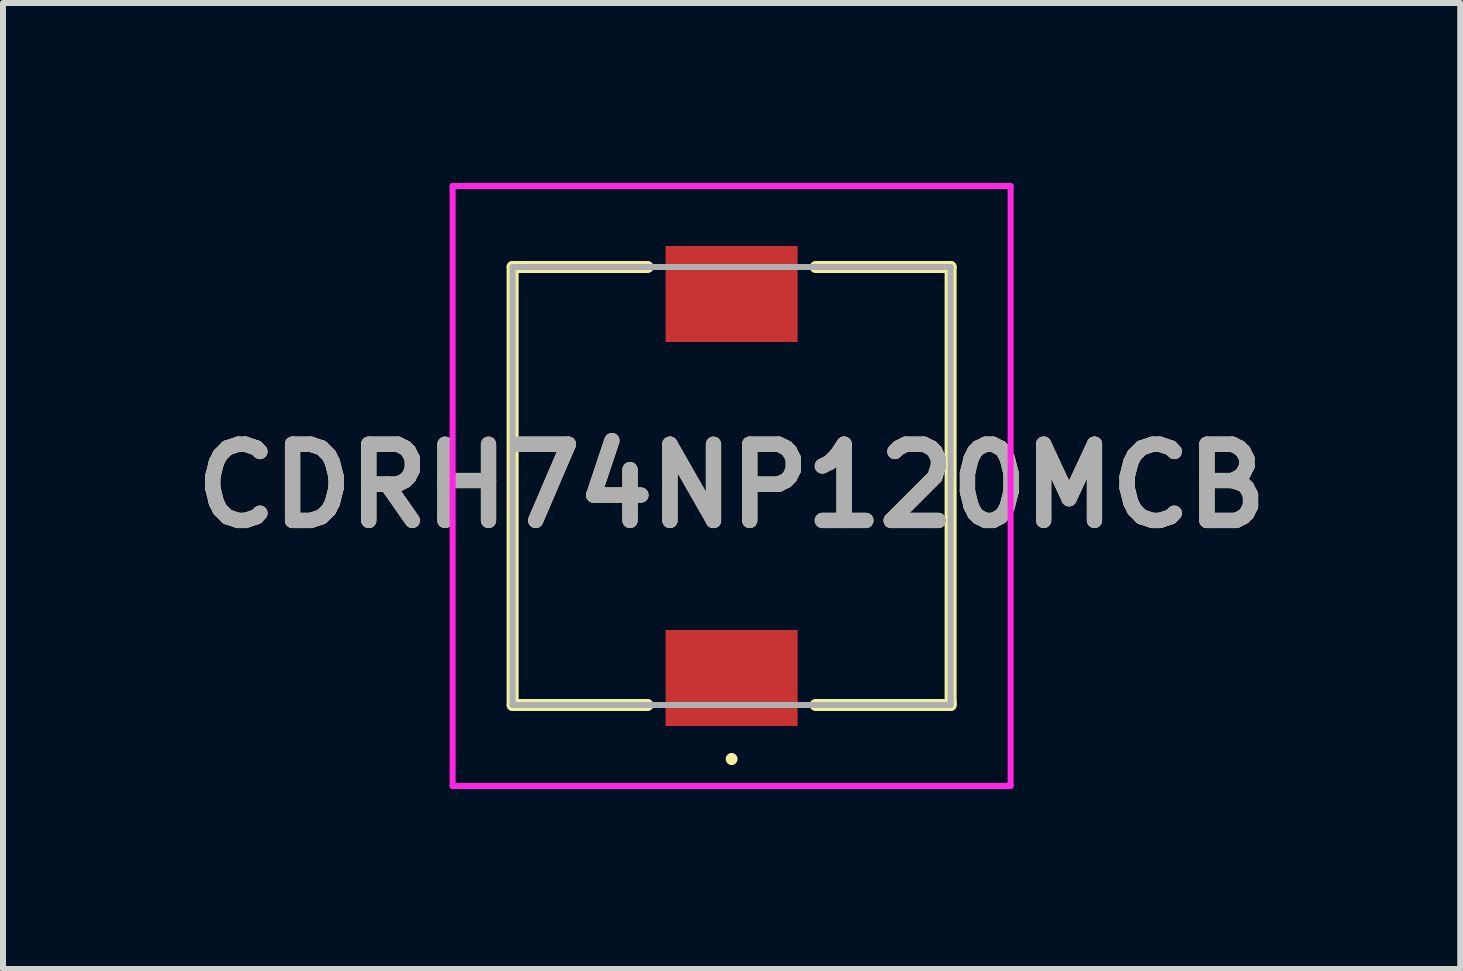
<source format=kicad_pcb>
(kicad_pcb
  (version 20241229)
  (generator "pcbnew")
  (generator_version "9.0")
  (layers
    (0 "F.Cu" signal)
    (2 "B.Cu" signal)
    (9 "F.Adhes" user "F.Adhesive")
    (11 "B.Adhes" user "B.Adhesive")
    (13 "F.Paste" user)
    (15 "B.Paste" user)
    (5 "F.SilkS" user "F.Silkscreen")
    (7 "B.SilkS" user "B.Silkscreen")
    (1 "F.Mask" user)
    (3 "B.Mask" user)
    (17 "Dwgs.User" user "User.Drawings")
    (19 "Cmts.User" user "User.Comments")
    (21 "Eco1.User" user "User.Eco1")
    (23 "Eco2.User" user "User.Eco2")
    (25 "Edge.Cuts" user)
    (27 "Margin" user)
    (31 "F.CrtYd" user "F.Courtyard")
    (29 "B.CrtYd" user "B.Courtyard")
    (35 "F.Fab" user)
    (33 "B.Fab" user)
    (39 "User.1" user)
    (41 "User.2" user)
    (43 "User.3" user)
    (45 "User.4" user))
  (footprint "CDRH74NP120MCB"
    (layer "F.Cu")
    (at 9.144 5.05)
    (property "Reference" "CDRH74NP120MCB" (at 0 0 0) (layer "F.SilkS") (effects (font (size 1.27 1.27) (thickness 0.254))))
    (attr smd)
    (fp_line (start -3.65 -3.65) (end -3.65 3.65) (stroke (width 0.2) (type solid)) (layer "F.SilkS"))
    (fp_line (start -3.65 3.65) (end -1.4 3.65) (stroke (width 0.2) (type solid)) (layer "F.SilkS"))
    (fp_line (start -1.4 -3.65) (end -3.65 -3.65) (stroke (width 0.2) (type solid)) (layer "F.SilkS"))
    (fp_line (start 0 4.5) (end 0 4.5) (stroke (width 0.1) (type solid)) (layer "F.SilkS"))
    (fp_line (start 0 4.6) (end 0 4.6) (stroke (width 0.1) (type solid)) (layer "F.SilkS"))
    (fp_line (start 1.4 3.65) (end 3.65 3.65) (stroke (width 0.2) (type solid)) (layer "F.SilkS"))
    (fp_line (start 3.65 -3.65) (end 1.4 -3.65) (stroke (width 0.2) (type solid)) (layer "F.SilkS"))
    (fp_line (start 3.65 3.6) (end 3.65 -3.65) (stroke (width 0.2) (type solid)) (layer "F.SilkS"))
    (fp_line (start 3.65 3.65) (end 3.65 3.6) (stroke (width 0.2) (type solid)) (layer "F.SilkS"))
    (fp_arc (start 0 4.5) (mid 0.05 4.55) (end 0 4.6) (stroke (width 0.1) (type solid)) (layer "F.SilkS"))
    (fp_arc (start 0 4.6) (mid -0.05 4.55) (end 0 4.5) (stroke (width 0.1) (type solid)) (layer "F.SilkS"))
    (fp_line (start -4.65 -5) (end 4.65 -5) (stroke (width 0.1) (type solid)) (layer "F.CrtYd"))
    (fp_line (start -4.65 5) (end -4.65 -5) (stroke (width 0.1) (type solid)) (layer "F.CrtYd"))
    (fp_line (start 4.65 -5) (end 4.65 5) (stroke (width 0.1) (type solid)) (layer "F.CrtYd"))
    (fp_line (start 4.65 5) (end -4.65 5) (stroke (width 0.1) (type solid)) (layer "F.CrtYd"))
    (fp_line (start -3.65 -3.65) (end 3.65 -3.65) (stroke (width 0.1) (type solid)) (layer "F.Fab"))
    (fp_line (start -3.65 3.65) (end -3.65 -3.65) (stroke (width 0.1) (type solid)) (layer "F.Fab"))
    (fp_line (start 3.65 -3.65) (end 3.65 3.65) (stroke (width 0.1) (type solid)) (layer "F.Fab"))
    (fp_line (start 3.65 3.65) (end -3.65 3.65) (stroke (width 0.1) (type solid)) (layer "F.Fab"))
    (fp_text user "${REFERENCE}" (at 0 0 0) (layer "F.Fab") (effects (font (size 1.27 1.27) (thickness 0.254))))
    (pad "1" smd rect (at 0 3.2 90) (size 1.6 2.2) (layers "F.Cu" "F.Mask" "F.Paste"))
    (pad "2" smd rect (at 0 -3.2 90) (size 1.6 2.2) (layers "F.Cu" "F.Mask" "F.Paste")))
  (gr_rect
    (start -3 -3)
    (end 21.288 13.1)
    (stroke (width 0.1) (type default))
    (fill no)
    (layer "Edge.Cuts")))
</source>
